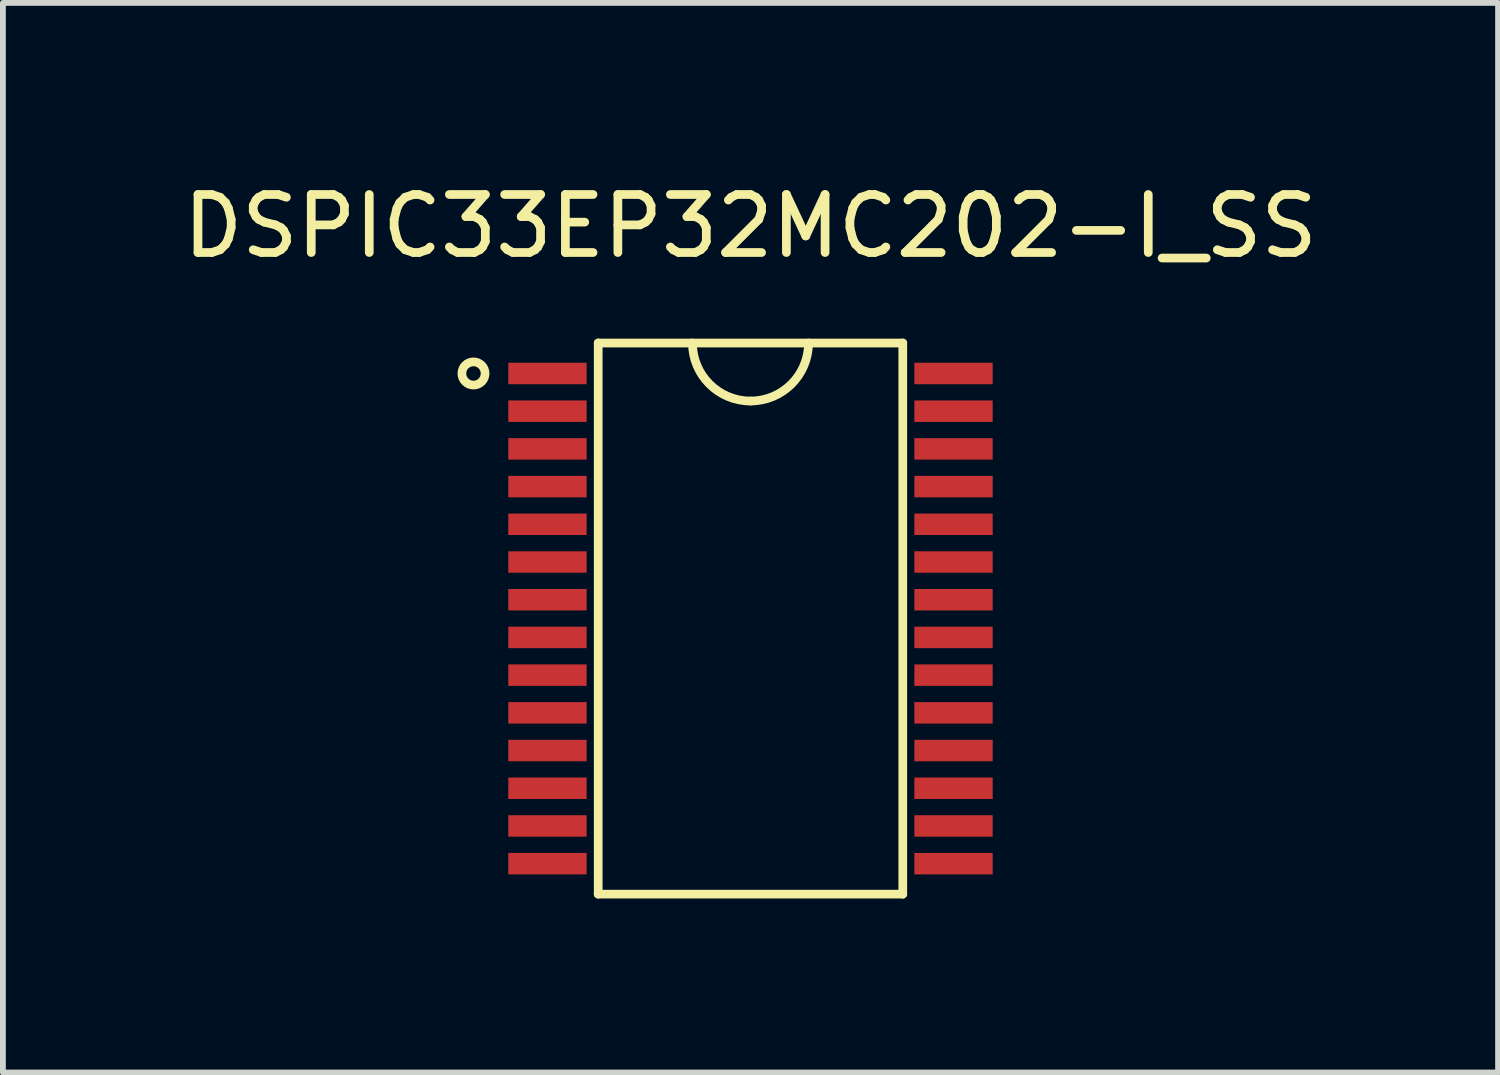
<source format=kicad_pcb>
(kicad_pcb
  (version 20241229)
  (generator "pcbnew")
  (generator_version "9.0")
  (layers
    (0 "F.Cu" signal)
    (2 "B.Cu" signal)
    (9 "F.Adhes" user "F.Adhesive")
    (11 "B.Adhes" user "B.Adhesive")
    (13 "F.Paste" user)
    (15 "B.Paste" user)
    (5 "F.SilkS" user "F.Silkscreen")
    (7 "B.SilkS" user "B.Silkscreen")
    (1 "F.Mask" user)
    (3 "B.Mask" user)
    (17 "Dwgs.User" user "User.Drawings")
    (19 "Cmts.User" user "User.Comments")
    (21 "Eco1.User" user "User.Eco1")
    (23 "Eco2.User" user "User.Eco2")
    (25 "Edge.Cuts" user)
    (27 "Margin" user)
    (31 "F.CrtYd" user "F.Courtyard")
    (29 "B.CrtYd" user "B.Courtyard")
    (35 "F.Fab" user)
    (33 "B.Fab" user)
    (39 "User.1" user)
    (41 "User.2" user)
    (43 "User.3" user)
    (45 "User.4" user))
  (footprint "DSPIC33EP32MC202-I_SS"
    (layer "F.Cu")
    (at 6.387 3.388)
    (property "Reference" "DSPIC33EP32MC202-I_SS" (at 3.5 -2.54 0) (layer "F.SilkS") (effects (font (size 1 1) (thickness 0.15))))
    (attr through_hole)
    (fp_line (start 0.875 -0.525) (end 6.125 -0.525) (stroke (width 0.15) (type solid)) (layer "F.SilkS"))
    (fp_line (start 0.875 8.975) (end 0.875 -0.525) (stroke (width 0.15) (type solid)) (layer "F.SilkS"))
    (fp_line (start 6.125 -0.525) (end 6.125 8.975) (stroke (width 0.15) (type solid)) (layer "F.SilkS"))
    (fp_line (start 6.125 8.975) (end 0.875 8.975) (stroke (width 0.15) (type solid)) (layer "F.SilkS"))
    (fp_arc (start 3.5 0.475) (mid 2.792893 0.182107) (end 2.5 -0.525) (stroke (width 0.15) (type solid)) (layer "F.SilkS"))
    (fp_arc (start 4.5 -0.525) (mid 4.207107 0.182107) (end 3.5 0.475) (stroke (width 0.15) (type solid)) (layer "F.SilkS"))
    (fp_circle (center -1.275 0) (end -1.275 0.2) (stroke (width 0.15) (type solid)) (fill no) (layer "F.SilkS"))
    (pad "1" smd rect (at 0 0) (size 1.35 0.37) (layers "F.Cu" "F.Mask" "F.Paste"))
    (pad "2" smd rect (at 0 0.65) (size 1.35 0.37) (layers "F.Cu" "F.Mask" "F.Paste"))
    (pad "3" smd rect (at 0 1.3) (size 1.35 0.37) (layers "F.Cu" "F.Mask" "F.Paste"))
    (pad "4" smd rect (at 0 1.95) (size 1.35 0.37) (layers "F.Cu" "F.Mask" "F.Paste"))
    (pad "5" smd rect (at 0 2.6) (size 1.35 0.37) (layers "F.Cu" "F.Mask" "F.Paste"))
    (pad "6" smd rect (at 0 3.25) (size 1.35 0.37) (layers "F.Cu" "F.Mask" "F.Paste"))
    (pad "7" smd rect (at 0 3.9) (size 1.35 0.37) (layers "F.Cu" "F.Mask" "F.Paste"))
    (pad "8" smd rect (at 0 4.55) (size 1.35 0.37) (layers "F.Cu" "F.Mask" "F.Paste"))
    (pad "9" smd rect (at 0 5.2) (size 1.35 0.37) (layers "F.Cu" "F.Mask" "F.Paste"))
    (pad "10" smd rect (at 0 5.85) (size 1.35 0.37) (layers "F.Cu" "F.Mask" "F.Paste"))
    (pad "11" smd rect (at 0 6.5) (size 1.35 0.37) (layers "F.Cu" "F.Mask" "F.Paste"))
    (pad "12" smd rect (at 0 7.15) (size 1.35 0.37) (layers "F.Cu" "F.Mask" "F.Paste"))
    (pad "13" smd rect (at 0 7.8) (size 1.35 0.37) (layers "F.Cu" "F.Mask" "F.Paste"))
    (pad "14" smd rect (at 0 8.45) (size 1.35 0.37) (layers "F.Cu" "F.Mask" "F.Paste"))
    (pad "15" smd rect (at 7 8.45) (size 1.35 0.37) (layers "F.Cu" "F.Mask" "F.Paste"))
    (pad "16" smd rect (at 7 7.8) (size 1.35 0.37) (layers "F.Cu" "F.Mask" "F.Paste"))
    (pad "17" smd rect (at 7 7.15) (size 1.35 0.37) (layers "F.Cu" "F.Mask" "F.Paste"))
    (pad "18" smd rect (at 7 6.5) (size 1.35 0.37) (layers "F.Cu" "F.Mask" "F.Paste"))
    (pad "19" smd rect (at 7 5.85) (size 1.35 0.37) (layers "F.Cu" "F.Mask" "F.Paste"))
    (pad "20" smd rect (at 7 5.2) (size 1.35 0.37) (layers "F.Cu" "F.Mask" "F.Paste"))
    (pad "21" smd rect (at 7 4.55) (size 1.35 0.37) (layers "F.Cu" "F.Mask" "F.Paste"))
    (pad "22" smd rect (at 7 3.9) (size 1.35 0.37) (layers "F.Cu" "F.Mask" "F.Paste"))
    (pad "23" smd rect (at 7 3.25) (size 1.35 0.37) (layers "F.Cu" "F.Mask" "F.Paste"))
    (pad "24" smd rect (at 7 2.6) (size 1.35 0.37) (layers "F.Cu" "F.Mask" "F.Paste"))
    (pad "25" smd rect (at 7 1.95) (size 1.35 0.37) (layers "F.Cu" "F.Mask" "F.Paste"))
    (pad "26" smd rect (at 7 1.3) (size 1.35 0.37) (layers "F.Cu" "F.Mask" "F.Paste"))
    (pad "27" smd rect (at 7 0.65) (size 1.35 0.37) (layers "F.Cu" "F.Mask" "F.Paste"))
    (pad "28" smd rect (at 7 0) (size 1.35 0.37) (layers "F.Cu" "F.Mask" "F.Paste")))
  (gr_rect
    (start -3 -3)
    (end 22.774 15.438)
    (stroke (width 0.1) (type default))
    (fill no)
    (layer "Edge.Cuts")))
</source>
